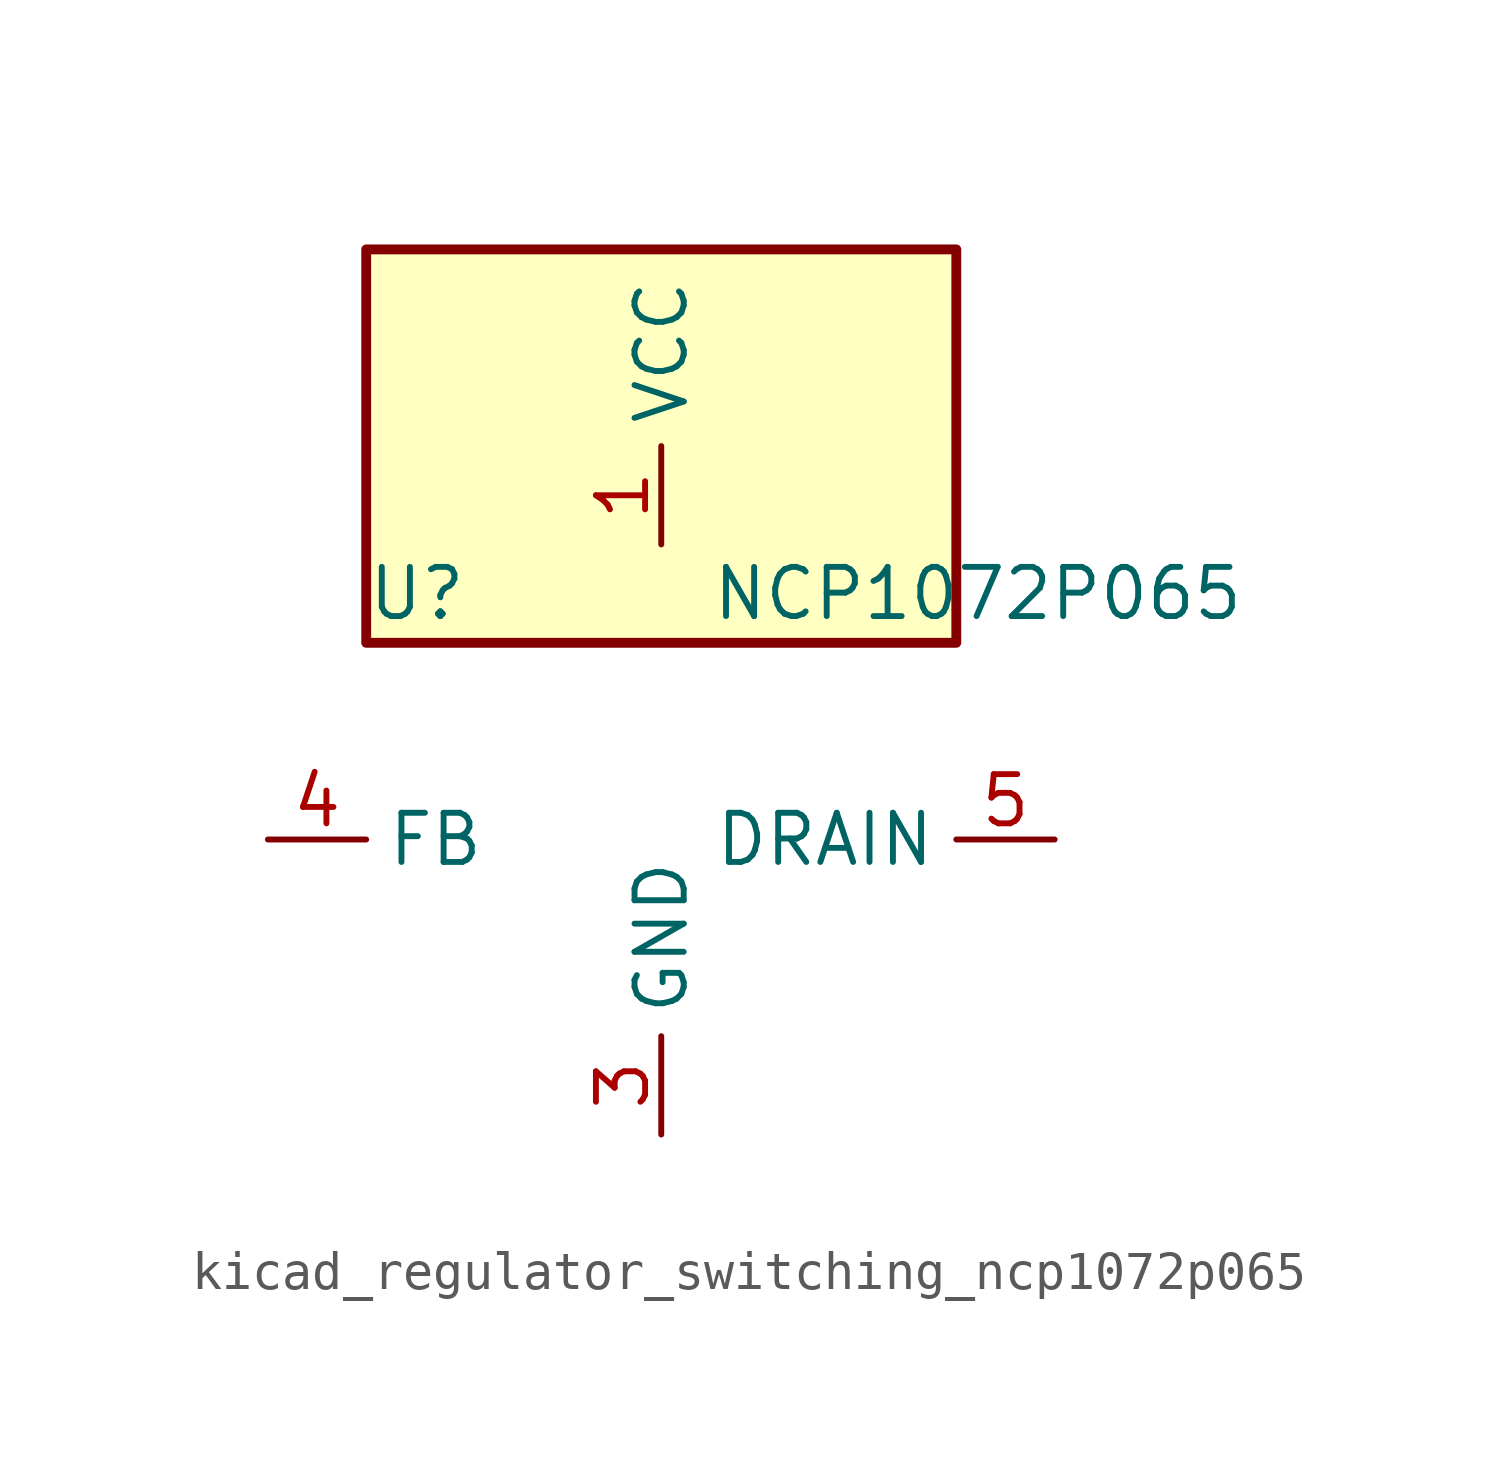
<source format=kicad_sym>
(kicad_symbol_lib
  (version 20220914)
  (generator kicad_symbol_editor)
  (symbol "kicad_regulator_switching_ncp1072p065"
    (property "Reference" "U"
      (at -7.62 6.35 0)
      (effects (font (size 1.27 1.27)) (justify left)))
    (property "Value" "NCP1072P065"
      (at 1.27 6.35 0)
      (effects (font (size 1.27 1.27)) (justify left)))
    (symbol "kicad_regulator_switching_ncp1072p065_0_1"
      (rectangle (start 7.62 15.24) (end -7.62 5.08) (stroke (width 0.254) (type default)) (fill (type background))))
    (symbol "kicad_regulator_switching_ncp1072p065_1_1"
      (pin power_in line (at 0 7.62 90) (length 2.54) (name "VCC" (effects (font (size 1.27 1.27)))) (number "1" (effects (font (size 1.27 1.27)))))
      (pin no_connect line (at -7.62 2.54 0) (length 2.54) hide (name "NC" (effects (font (size 1.27 1.27)))) (number "2" (effects (font (size 1.27 1.27)))))
      (pin power_in line (at 0 -7.62 90) (length 2.54) (name "GND" (effects (font (size 1.27 1.27)))) (number "3" (effects (font (size 1.27 1.27)))))
      (pin input line (at -10.16 0 0) (length 2.54) (name "FB" (effects (font (size 1.27 1.27)))) (number "4" (effects (font (size 1.27 1.27)))))
      (pin open_collector line (at 10.16 0 180) (length 2.54) (name "DRAIN" (effects (font (size 1.27 1.27)))) (number "5" (effects (font (size 1.27 1.27)))))
      (pin passive line (at 0 -7.62 90) (length 2.54) hide (name "GND" (effects (font (size 1.27 1.27)))) (number "7" (effects (font (size 1.27 1.27)))))
      (pin passive line (at 0 -7.62 90) (length 2.54) hide (name "GND" (effects (font (size 1.27 1.27)))) (number "8" (effects (font (size 1.27 1.27))))))))
</source>
